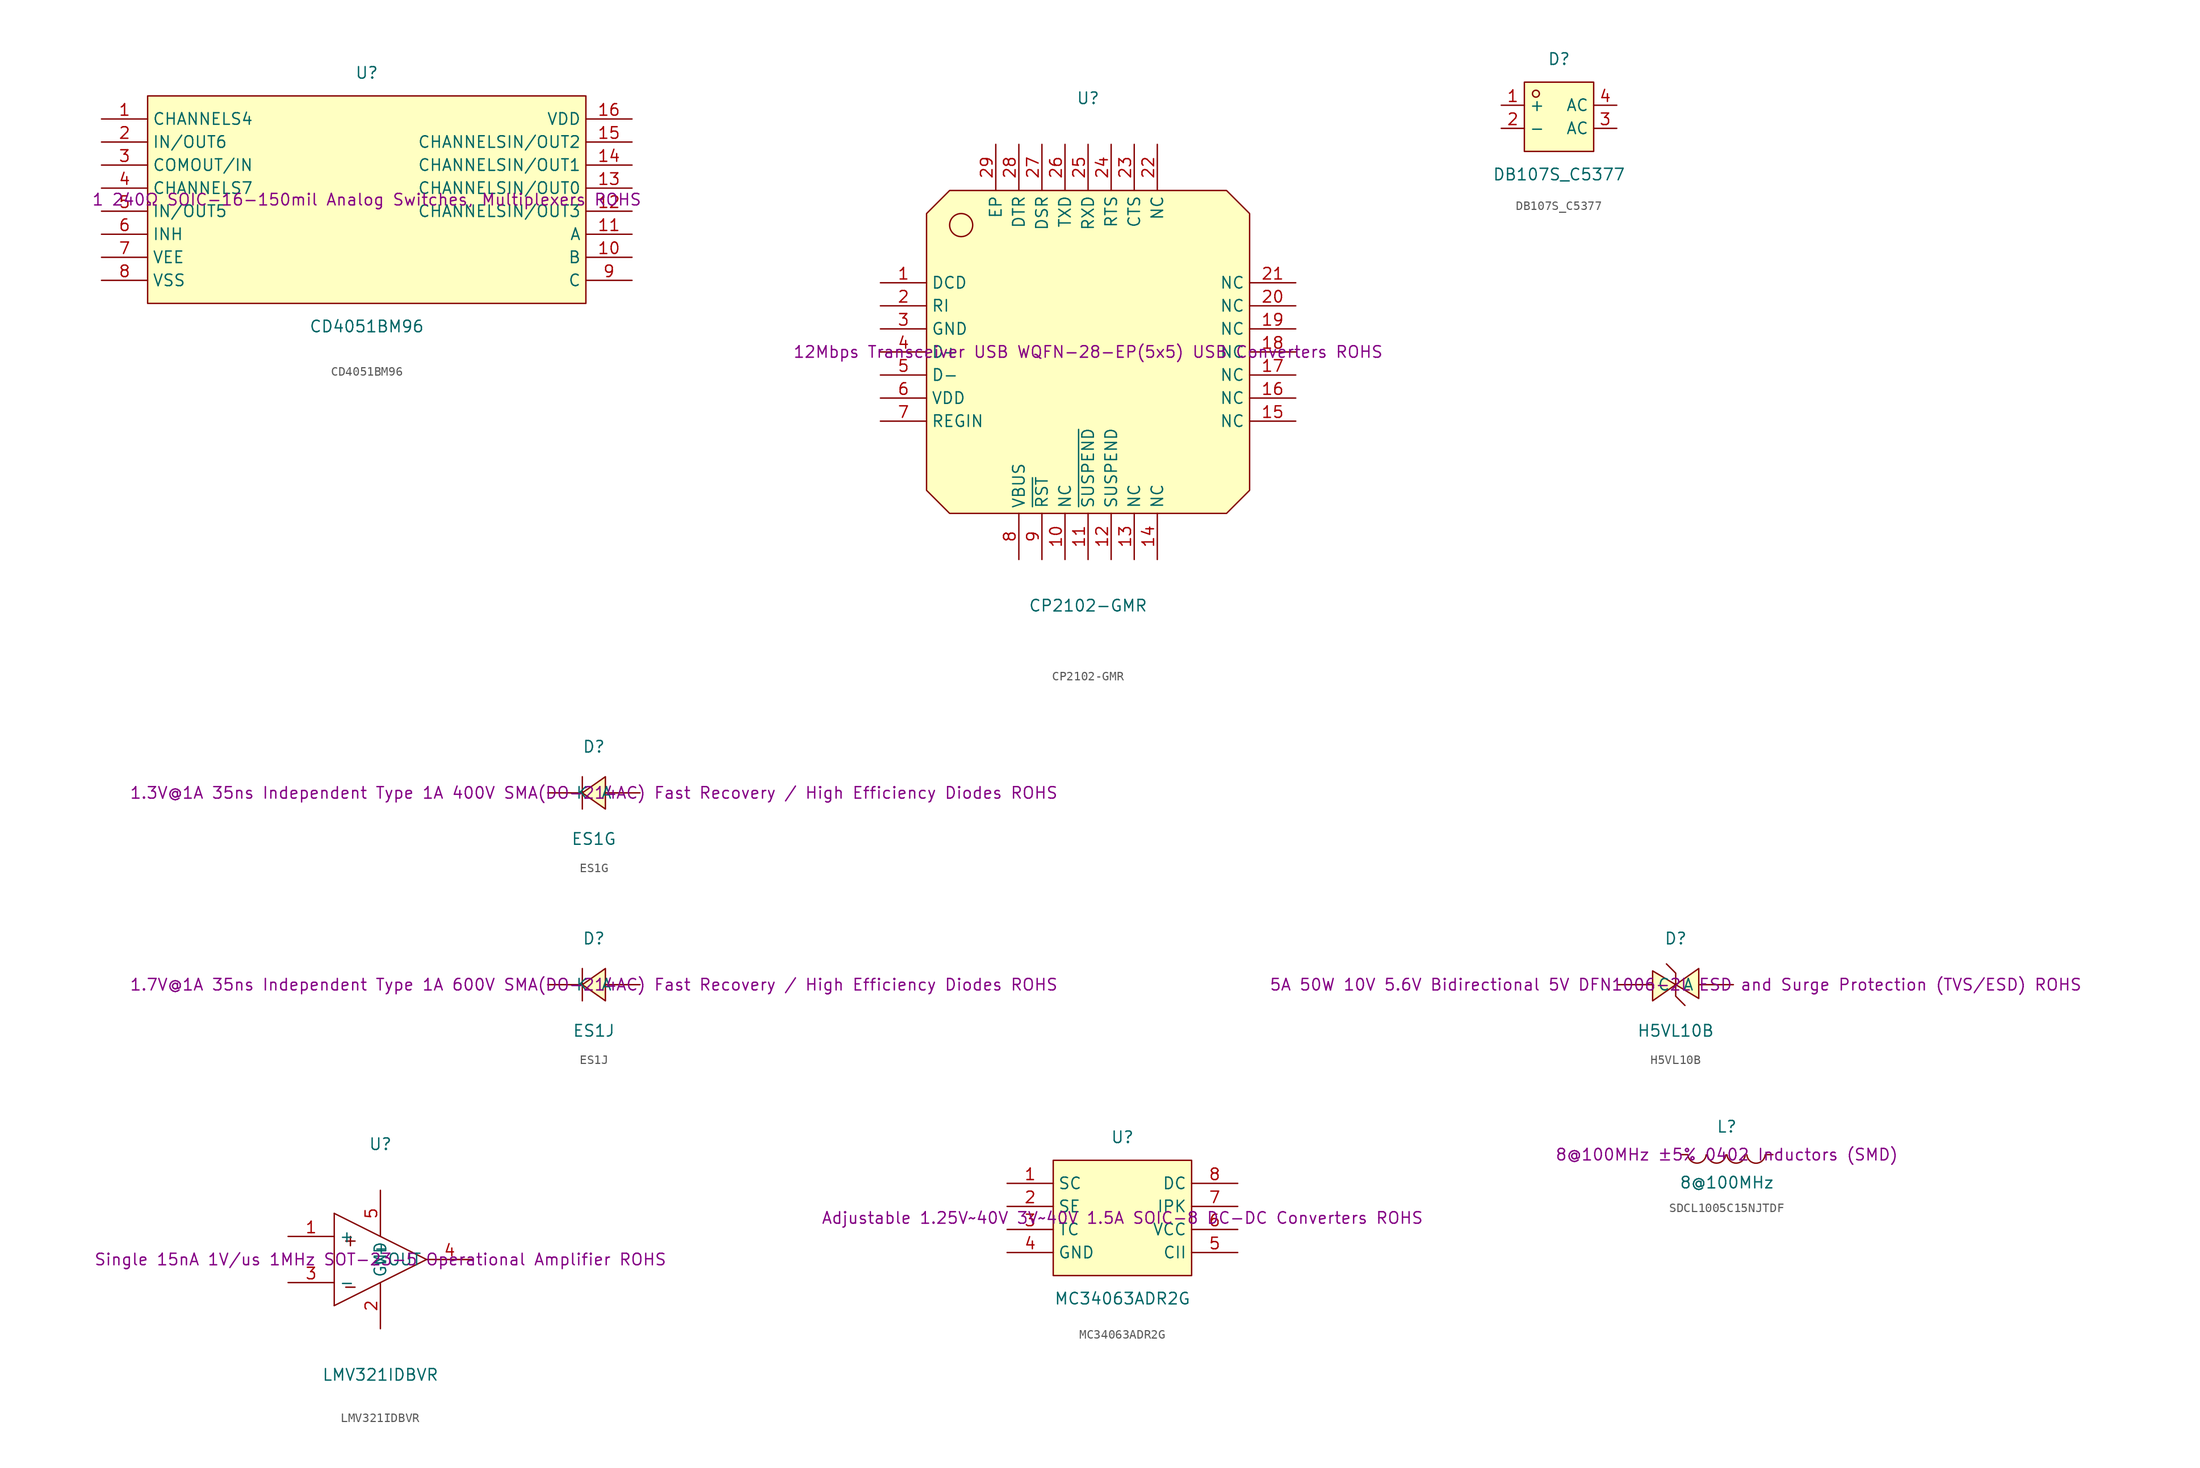
<source format=kicad_sym>
(kicad_symbol_lib
  (version 20241209)
  (generator "kicad_symbol_editor")
  (generator_version "9.0")
  (symbol "CD4051BM96"
    (property "Reference" "U"
      (at 0 13.97 0)
      (effects (font (size 1.27 1.27))))
    (property "Value" "CD4051BM96"
      (at 0 -13.97 0)
      (effects (font (size 1.27 1.27))))
    (property "Description" "1 240Ω SOIC-16-150mil Analog Switches, Multiplexers ROHS"
      (at 0 0 0)
      (effects (font (size 1.27 1.27))))
    (symbol "CD4051BM96_0_1"
      (rectangle (start -24.13 11.43) (end 24.13 -11.43) (stroke (width 0) (type default)) (fill (type background)))
      (pin unspecified line (at -29.21 8.89 0) (length 5.08) (name "CHANNELS4" (effects (font (size 1.27 1.27)))) (number "1" (effects (font (size 1.27 1.27)))))
      (pin unspecified line (at -29.21 6.35 0) (length 5.08) (name "IN/OUT6" (effects (font (size 1.27 1.27)))) (number "2" (effects (font (size 1.27 1.27)))))
      (pin unspecified line (at -29.21 3.81 0) (length 5.08) (name "COMOUT/IN" (effects (font (size 1.27 1.27)))) (number "3" (effects (font (size 1.27 1.27)))))
      (pin unspecified line (at -29.21 1.27 0) (length 5.08) (name "CHANNELS7" (effects (font (size 1.27 1.27)))) (number "4" (effects (font (size 1.27 1.27)))))
      (pin unspecified line (at -29.21 -1.27 0) (length 5.08) (name "IN/OUT5" (effects (font (size 1.27 1.27)))) (number "5" (effects (font (size 1.27 1.27)))))
      (pin unspecified line (at -29.21 -3.81 0) (length 5.08) (name "INH" (effects (font (size 1.27 1.27)))) (number "6" (effects (font (size 1.27 1.27)))))
      (pin unspecified line (at -29.21 -6.35 0) (length 5.08) (name "VEE" (effects (font (size 1.27 1.27)))) (number "7" (effects (font (size 1.27 1.27)))))
      (pin unspecified line (at -29.21 -8.89 0) (length 5.08) (name "VSS" (effects (font (size 1.27 1.27)))) (number "8" (effects (font (size 1.27 1.27)))))
      (pin unspecified line (at 29.21 8.89 180) (length 5.08) (name "VDD" (effects (font (size 1.27 1.27)))) (number "16" (effects (font (size 1.27 1.27)))))
      (pin unspecified line (at 29.21 6.35 180) (length 5.08) (name "CHANNELSIN/OUT2" (effects (font (size 1.27 1.27)))) (number "15" (effects (font (size 1.27 1.27)))))
      (pin unspecified line (at 29.21 3.81 180) (length 5.08) (name "CHANNELSIN/OUT1" (effects (font (size 1.27 1.27)))) (number "14" (effects (font (size 1.27 1.27)))))
      (pin unspecified line (at 29.21 1.27 180) (length 5.08) (name "CHANNELSIN/OUT0" (effects (font (size 1.27 1.27)))) (number "13" (effects (font (size 1.27 1.27)))))
      (pin unspecified line (at 29.21 -1.27 180) (length 5.08) (name "CHANNELSIN/OUT3" (effects (font (size 1.27 1.27)))) (number "12" (effects (font (size 1.27 1.27)))))
      (pin unspecified line (at 29.21 -3.81 180) (length 5.08) (name "A" (effects (font (size 1.27 1.27)))) (number "11" (effects (font (size 1.27 1.27)))))
      (pin unspecified line (at 29.21 -6.35 180) (length 5.08) (name "B" (effects (font (size 1.27 1.27)))) (number "10" (effects (font (size 1.27 1.27)))))
      (pin unspecified line (at 29.21 -8.89 180) (length 5.08) (name "C" (effects (font (size 1.27 1.27)))) (number "9" (effects (font (size 1.27 1.27)))))))
  (symbol "CP2102-GMR"
    (property "Reference" "U"
      (at 0 27.94 0)
      (effects (font (size 1.27 1.27))))
    (property "Value" "CP2102-GMR"
      (at 0 -27.94 0)
      (effects (font (size 1.27 1.27))))
    (property "Description" "12Mbps Transceiver USB WQFN-28-EP(5x5) USB Converters ROHS"
      (at 0 0 0)
      (effects (font (size 1.27 1.27))))
    (symbol "CP2102-GMR_0_1"
      (polyline (pts (xy -15.24 17.78) (xy 15.24 17.78) (xy 17.78 15.24) (xy 17.78 -15.24) (xy 15.24 -17.78) (xy -15.24 -17.78) (xy -17.78 -15.24) (xy -17.78 15.24) (xy -15.24 17.78)) (stroke (width 0) (type default)) (fill (type background)))
      (circle (center -13.97 13.97) (radius 1.27) (stroke (width 0) (type default)) (fill (type none)))
      (pin unspecified line (at -22.86 7.62 0) (length 5.08) (name "DCD" (effects (font (size 1.27 1.27)))) (number "1" (effects (font (size 1.27 1.27)))))
      (pin unspecified line (at -22.86 5.08 0) (length 5.08) (name "RI" (effects (font (size 1.27 1.27)))) (number "2" (effects (font (size 1.27 1.27)))))
      (pin unspecified line (at -22.86 2.54 0) (length 5.08) (name "GND" (effects (font (size 1.27 1.27)))) (number "3" (effects (font (size 1.27 1.27)))))
      (pin unspecified line (at -22.86 0 0) (length 5.08) (name "D+" (effects (font (size 1.27 1.27)))) (number "4" (effects (font (size 1.27 1.27)))))
      (pin unspecified line (at -22.86 -2.54 0) (length 5.08) (name "D-" (effects (font (size 1.27 1.27)))) (number "5" (effects (font (size 1.27 1.27)))))
      (pin unspecified line (at -22.86 -5.08 0) (length 5.08) (name "VDD" (effects (font (size 1.27 1.27)))) (number "6" (effects (font (size 1.27 1.27)))))
      (pin unspecified line (at -22.86 -7.62 0) (length 5.08) (name "REGIN" (effects (font (size 1.27 1.27)))) (number "7" (effects (font (size 1.27 1.27)))))
      (pin unspecified line (at -10.16 22.86 270) (length 5.08) (name "EP" (effects (font (size 1.27 1.27)))) (number "29" (effects (font (size 1.27 1.27)))))
      (pin unspecified line (at -7.62 22.86 270) (length 5.08) (name "DTR" (effects (font (size 1.27 1.27)))) (number "28" (effects (font (size 1.27 1.27)))))
      (pin unspecified line (at -7.62 -22.86 90) (length 5.08) (name "VBUS" (effects (font (size 1.27 1.27)))) (number "8" (effects (font (size 1.27 1.27)))))
      (pin unspecified line (at -5.08 22.86 270) (length 5.08) (name "DSR" (effects (font (size 1.27 1.27)))) (number "27" (effects (font (size 1.27 1.27)))))
      (pin unspecified line (at -5.08 -22.86 90) (length 5.08) (name "~{RST}" (effects (font (size 1.27 1.27)))) (number "9" (effects (font (size 1.27 1.27)))))
      (pin unspecified line (at -2.54 22.86 270) (length 5.08) (name "TXD" (effects (font (size 1.27 1.27)))) (number "26" (effects (font (size 1.27 1.27)))))
      (pin unspecified line (at -2.54 -22.86 90) (length 5.08) (name "NC" (effects (font (size 1.27 1.27)))) (number "10" (effects (font (size 1.27 1.27)))))
      (pin unspecified line (at 0 22.86 270) (length 5.08) (name "RXD" (effects (font (size 1.27 1.27)))) (number "25" (effects (font (size 1.27 1.27)))))
      (pin unspecified line (at 0 -22.86 90) (length 5.08) (name "~{SUSPEND}" (effects (font (size 1.27 1.27)))) (number "11" (effects (font (size 1.27 1.27)))))
      (pin unspecified line (at 2.54 22.86 270) (length 5.08) (name "RTS" (effects (font (size 1.27 1.27)))) (number "24" (effects (font (size 1.27 1.27)))))
      (pin unspecified line (at 2.54 -22.86 90) (length 5.08) (name "SUSPEND" (effects (font (size 1.27 1.27)))) (number "12" (effects (font (size 1.27 1.27)))))
      (pin unspecified line (at 5.08 22.86 270) (length 5.08) (name "CTS" (effects (font (size 1.27 1.27)))) (number "23" (effects (font (size 1.27 1.27)))))
      (pin unspecified line (at 5.08 -22.86 90) (length 5.08) (name "NC" (effects (font (size 1.27 1.27)))) (number "13" (effects (font (size 1.27 1.27)))))
      (pin unspecified line (at 7.62 22.86 270) (length 5.08) (name "NC" (effects (font (size 1.27 1.27)))) (number "22" (effects (font (size 1.27 1.27)))))
      (pin unspecified line (at 7.62 -22.86 90) (length 5.08) (name "NC" (effects (font (size 1.27 1.27)))) (number "14" (effects (font (size 1.27 1.27)))))
      (pin unspecified line (at 22.86 7.62 180) (length 5.08) (name "NC" (effects (font (size 1.27 1.27)))) (number "21" (effects (font (size 1.27 1.27)))))
      (pin unspecified line (at 22.86 5.08 180) (length 5.08) (name "NC" (effects (font (size 1.27 1.27)))) (number "20" (effects (font (size 1.27 1.27)))))
      (pin unspecified line (at 22.86 2.54 180) (length 5.08) (name "NC" (effects (font (size 1.27 1.27)))) (number "19" (effects (font (size 1.27 1.27)))))
      (pin unspecified line (at 22.86 0 180) (length 5.08) (name "NC" (effects (font (size 1.27 1.27)))) (number "18" (effects (font (size 1.27 1.27)))))
      (pin unspecified line (at 22.86 -2.54 180) (length 5.08) (name "NC" (effects (font (size 1.27 1.27)))) (number "17" (effects (font (size 1.27 1.27)))))
      (pin unspecified line (at 22.86 -5.08 180) (length 5.08) (name "NC" (effects (font (size 1.27 1.27)))) (number "16" (effects (font (size 1.27 1.27)))))
      (pin unspecified line (at 22.86 -7.62 180) (length 5.08) (name "NC" (effects (font (size 1.27 1.27)))) (number "15" (effects (font (size 1.27 1.27)))))))
  (symbol "DB107S_C5377"
    (property "Reference" "D"
      (at 0 6.35 0)
      (effects (font (size 1.27 1.27))))
    (property "Value" "DB107S_C5377"
      (at 0 -6.35 0)
      (effects (font (size 1.27 1.27))))
    (symbol "DB107S_C5377_0_1"
      (rectangle (start -3.81 3.81) (end 3.81 -3.81) (stroke (width 0) (type default)) (fill (type background)))
      (circle (center -2.54 2.54) (radius 0.38) (stroke (width 0) (type default)) (fill (type none)))
      (pin unspecified line (at -6.35 1.27 0) (length 2.54) (name "+" (effects (font (size 1.27 1.27)))) (number "1" (effects (font (size 1.27 1.27)))))
      (pin unspecified line (at -6.35 -1.27 0) (length 2.54) (name "-" (effects (font (size 1.27 1.27)))) (number "2" (effects (font (size 1.27 1.27)))))
      (pin unspecified line (at 6.35 1.27 180) (length 2.54) (name "AC" (effects (font (size 1.27 1.27)))) (number "4" (effects (font (size 1.27 1.27)))))
      (pin unspecified line (at 6.35 -1.27 180) (length 2.54) (name "AC" (effects (font (size 1.27 1.27)))) (number "3" (effects (font (size 1.27 1.27)))))))
  (symbol "ES1G"
    (pin_numbers
      (hide yes))
    (property "Reference" "D"
      (at 0 5.08 0)
      (effects (font (size 1.27 1.27))))
    (property "Value" "ES1G"
      (at 0 -5.08 0)
      (effects (font (size 1.27 1.27))))
    (property "Description" "1.3V@1A 35ns Independent Type 1A 400V SMA(DO-214AC) Fast Recovery / High Efficiency Diodes ROHS"
      (at 0 0 0)
      (effects (font (size 1.27 1.27))))
    (symbol "ES1G_0_1"
      (polyline (pts (xy -1.27 1.78) (xy -1.27 -1.78)) (stroke (width 0) (type default)) (fill (type none)))
      (polyline (pts (xy -1.27 0) (xy -2.54 0)) (stroke (width 0) (type default)) (fill (type none)))
      (polyline (pts (xy 1.27 1.78) (xy -1.27 0) (xy 1.27 -1.78) (xy 1.27 1.78)) (stroke (width 0) (type default)) (fill (type background)))
      (polyline (pts (xy 2.54 0) (xy 1.27 0)) (stroke (width 0) (type default)) (fill (type none)))
      (pin unspecified line (at -5.08 0 0) (length 2.54) (name "K" (effects (font (size 1.27 1.27)))) (number "1" (effects (font (size 1.27 1.27)))))
      (pin unspecified line (at 5.08 0 180) (length 2.54) (name "A" (effects (font (size 1.27 1.27)))) (number "2" (effects (font (size 1.27 1.27)))))))
  (symbol "ES1J"
    (pin_numbers
      (hide yes))
    (property "Reference" "D"
      (at 0 5.08 0)
      (effects (font (size 1.27 1.27))))
    (property "Value" "ES1J"
      (at 0 -5.08 0)
      (effects (font (size 1.27 1.27))))
    (property "Description" "1.7V@1A 35ns Independent Type 1A 600V SMA(DO-214AC) Fast Recovery / High Efficiency Diodes ROHS"
      (at 0 0 0)
      (effects (font (size 1.27 1.27))))
    (symbol "ES1J_0_1"
      (polyline (pts (xy -1.27 1.78) (xy -1.27 -1.78)) (stroke (width 0) (type default)) (fill (type none)))
      (polyline (pts (xy -1.27 0) (xy -2.54 0)) (stroke (width 0) (type default)) (fill (type none)))
      (polyline (pts (xy 1.27 1.78) (xy -1.27 0) (xy 1.27 -1.78) (xy 1.27 1.78)) (stroke (width 0) (type default)) (fill (type background)))
      (polyline (pts (xy 2.54 0) (xy 1.27 0)) (stroke (width 0) (type default)) (fill (type none)))
      (pin unspecified line (at -5.08 0 0) (length 2.54) (name "K" (effects (font (size 1.27 1.27)))) (number "1" (effects (font (size 1.27 1.27)))))
      (pin unspecified line (at 5.08 0 180) (length 2.54) (name "A" (effects (font (size 1.27 1.27)))) (number "2" (effects (font (size 1.27 1.27)))))))
  (symbol "H5VL10B"
    (pin_numbers
      (hide yes))
    (property "Reference" "D"
      (at 0 5.08 0)
      (effects (font (size 1.27 1.27))))
    (property "Value" "H5VL10B"
      (at 0 -5.08 0)
      (effects (font (size 1.27 1.27))))
    (property "Description" "5A 50W 10V 5.6V Bidirectional 5V DFN1006-2L ESD and Surge Protection (TVS/ESD) ROHS"
      (at 0 0 0)
      (effects (font (size 1.27 1.27))))
    (symbol "H5VL10B_0_1"
      (polyline (pts (xy -2.54 1.52) (xy 0 0) (xy -2.54 -1.78) (xy -2.54 1.52)) (stroke (width 0) (type default)) (fill (type background)))
      (polyline (pts (xy -1.02 2.29) (xy 0 1.27) (xy 0 -1.27) (xy 1.02 -2.29)) (stroke (width 0) (type default)) (fill (type none)))
      (polyline (pts (xy 2.54 -1.52) (xy 0 0) (xy 2.54 1.78) (xy 2.54 -1.52)) (stroke (width 0) (type default)) (fill (type background)))
      (pin unspecified line (at -6.35 0 0) (length 3.81) (name "C" (effects (font (size 1.27 1.27)))) (number "1" (effects (font (size 1.27 1.27)))))
      (pin unspecified line (at 6.35 0 180) (length 3.81) (name "A" (effects (font (size 1.27 1.27)))) (number "2" (effects (font (size 1.27 1.27)))))))
  (symbol "LMV321IDBVR"
    (property "Reference" "U"
      (at 0 12.7 0)
      (effects (font (size 1.27 1.27))))
    (property "Value" "LMV321IDBVR"
      (at 0 -12.7 0)
      (effects (font (size 1.27 1.27))))
    (property "Description" "Single 15nA 1V/us 1MHz SOT-23-5 Operational Amplifier ROHS"
      (at 0 0 0)
      (effects (font (size 1.27 1.27))))
    (symbol "LMV321IDBVR_0_1"
      (polyline (pts (xy -5.08 5.08) (xy -5.08 -5.08)) (stroke (width 0) (type default)) (fill (type none)))
      (polyline (pts (xy -5.08 -5.08) (xy 5.08 0)) (stroke (width 0) (type default)) (fill (type none)))
      (polyline (pts (xy -3.81 2.03) (xy -2.79 2.03)) (stroke (width 0) (type default)) (fill (type none)))
      (polyline (pts (xy -3.81 -3.05) (xy -2.79 -3.05)) (stroke (width 0) (type default)) (fill (type none)))
      (polyline (pts (xy -3.3 2.54) (xy -3.3 1.52)) (stroke (width 0) (type default)) (fill (type none)))
      (polyline (pts (xy 5.08 0) (xy -5.08 5.08)) (stroke (width 0) (type default)) (fill (type none)))
      (pin input line (at -10.16 2.54 0) (length 5.08) (name "+" (effects (font (size 1.27 1.27)))) (number "1" (effects (font (size 1.27 1.27)))))
      (pin input line (at -10.16 -2.54 0) (length 5.08) (name "-" (effects (font (size 1.27 1.27)))) (number "3" (effects (font (size 1.27 1.27)))))
      (pin unspecified line (at 0 7.62 270) (length 5.08) (name "V+" (effects (font (size 1.27 1.27)))) (number "5" (effects (font (size 1.27 1.27)))))
      (pin unspecified line (at 0 -7.62 90) (length 5.08) (name "GND" (effects (font (size 1.27 1.27)))) (number "2" (effects (font (size 1.27 1.27)))))
      (pin output line (at 10.16 0 180) (length 5.08) (name "OUT" (effects (font (size 1.27 1.27)))) (number "4" (effects (font (size 1.27 1.27)))))))
  (symbol "MC34063ADR2G"
    (property "Reference" "U"
      (at 0 8.89 0)
      (effects (font (size 1.27 1.27))))
    (property "Value" "MC34063ADR2G"
      (at 0 -8.89 0)
      (effects (font (size 1.27 1.27))))
    (property "Description" "Adjustable 1.25V~40V 3V~40V 1.5A SOIC-8 DC-DC Converters ROHS"
      (at 0 0 0)
      (effects (font (size 1.27 1.27))))
    (symbol "MC34063ADR2G_0_1"
      (rectangle (start -7.62 6.35) (end 7.62 -6.35) (stroke (width 0) (type default)) (fill (type background)))
      (pin unspecified line (at -12.7 3.81 0) (length 5.08) (name "SC" (effects (font (size 1.27 1.27)))) (number "1" (effects (font (size 1.27 1.27)))))
      (pin unspecified line (at -12.7 1.27 0) (length 5.08) (name "SE" (effects (font (size 1.27 1.27)))) (number "2" (effects (font (size 1.27 1.27)))))
      (pin unspecified line (at -12.7 -1.27 0) (length 5.08) (name "TC" (effects (font (size 1.27 1.27)))) (number "3" (effects (font (size 1.27 1.27)))))
      (pin unspecified line (at -12.7 -3.81 0) (length 5.08) (name "GND" (effects (font (size 1.27 1.27)))) (number "4" (effects (font (size 1.27 1.27)))))
      (pin unspecified line (at 12.7 3.81 180) (length 5.08) (name "DC" (effects (font (size 1.27 1.27)))) (number "8" (effects (font (size 1.27 1.27)))))
      (pin unspecified line (at 12.7 1.27 180) (length 5.08) (name "IPK" (effects (font (size 1.27 1.27)))) (number "7" (effects (font (size 1.27 1.27)))))
      (pin unspecified line (at 12.7 -1.27 180) (length 5.08) (name "VCC" (effects (font (size 1.27 1.27)))) (number "6" (effects (font (size 1.27 1.27)))))
      (pin unspecified line (at 12.7 -3.81 180) (length 5.08) (name "CII" (effects (font (size 1.27 1.27)))) (number "5" (effects (font (size 1.27 1.27)))))))
  (symbol "SDCL1005C15NJTDF"
    (pin_numbers
      (hide yes))
    (pin_names
      (hide yes))
    (property "Reference" "L"
      (at 0 3.08 0)
      (effects (font (size 1.27 1.27))))
    (property "Value" "8@100MHz"
      (at 0 -3.08 0)
      (effects (font (size 1.27 1.27))))
    (property "Description" "8@100MHz ±5% 0402 Inductors (SMD)"
      (at 0 0 0)
      (effects (font (size 1.27 1.27))))
    (symbol "SDCL1005C15NJTDF_0_1"
      (arc (start -2.27 -0.02) (mid -3.28 -0.937) (end -4.29 -0.02) (stroke (width 0) (type default)) (fill (type none)))
      (arc (start -0.11 -0.02) (mid -1.12 -0.937) (end -2.13 -0.02) (stroke (width 0) (type default)) (fill (type none)))
      (arc (start 2.04 -0.02) (mid 1.03 -0.937) (end 0.02 -0.02) (stroke (width 0) (type default)) (fill (type none)))
      (arc (start 4.23 -0.02) (mid 3.22 -0.9448) (end 2.21 -0.02) (stroke (width 0) (type default)) (fill (type none)))
      (pin unspecified line (at -5.08 0 0) (length 0.762) (name "1" (effects (font (size 1.27 1.27)))) (number "1" (effects (font (size 1.27 1.27)))))
      (pin unspecified line (at 5.08 0 180) (length 0.762) (name "2" (effects (font (size 1.27 1.27)))) (number "2" (effects (font (size 1.27 1.27))))))))
</source>
